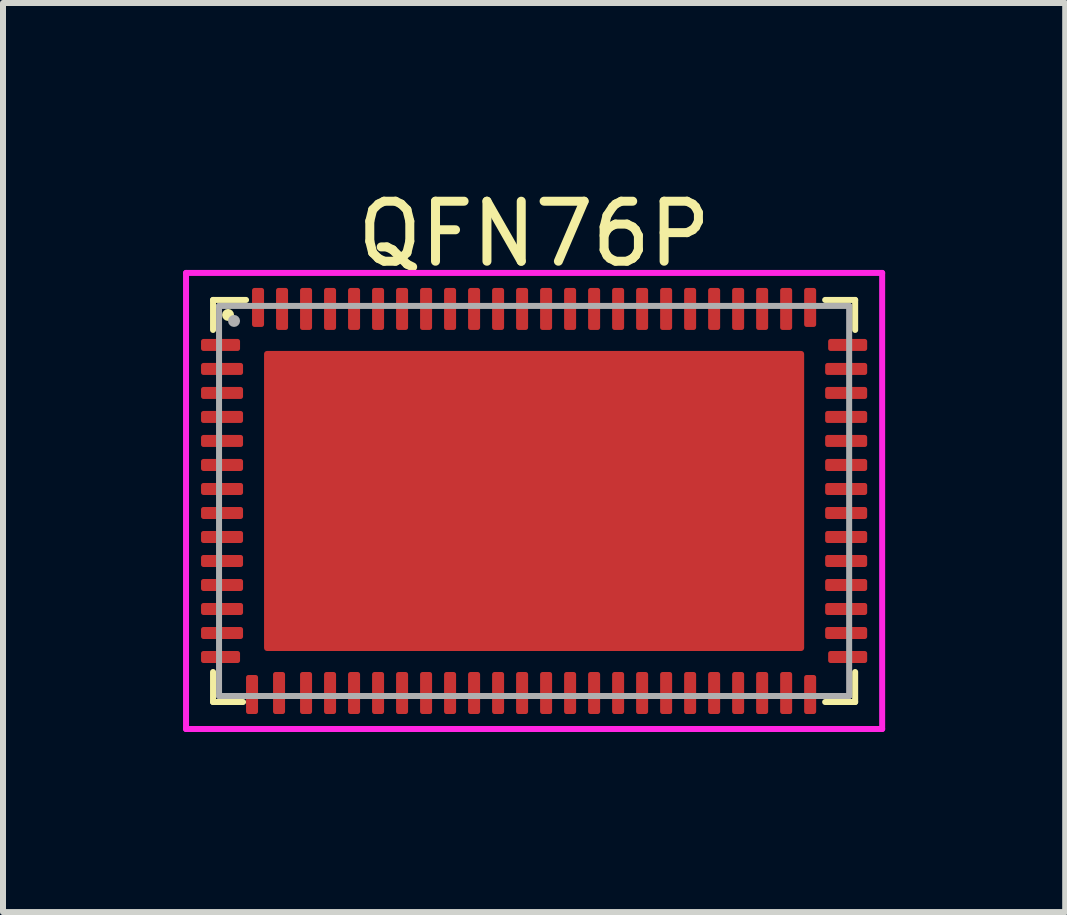
<source format=kicad_pcb>
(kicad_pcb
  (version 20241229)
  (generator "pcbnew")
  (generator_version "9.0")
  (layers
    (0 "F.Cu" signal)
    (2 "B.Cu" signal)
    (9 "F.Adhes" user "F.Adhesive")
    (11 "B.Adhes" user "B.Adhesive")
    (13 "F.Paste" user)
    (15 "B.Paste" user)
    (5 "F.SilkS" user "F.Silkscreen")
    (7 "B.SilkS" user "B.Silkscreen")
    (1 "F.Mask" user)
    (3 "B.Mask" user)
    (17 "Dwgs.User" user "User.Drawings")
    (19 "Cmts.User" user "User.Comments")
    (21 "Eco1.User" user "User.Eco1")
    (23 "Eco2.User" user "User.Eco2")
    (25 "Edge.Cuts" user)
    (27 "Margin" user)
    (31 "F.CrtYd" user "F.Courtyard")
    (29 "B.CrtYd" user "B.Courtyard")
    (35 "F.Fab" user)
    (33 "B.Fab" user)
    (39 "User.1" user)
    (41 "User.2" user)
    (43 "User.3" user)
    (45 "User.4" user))
  (footprint "QFN76P"
    (layer "F.Cu")
    (at 5.85 5.298)
    (property "Reference" "QFN76P" (at 0 -4.45 0) (layer "F.SilkS") (effects (font (size 1 1) (thickness 0.15))))
    (attr through_hole)
    (fp_line (start -5.35 -3.35) (end -5.35 -2.85) (stroke (width 0.1) (type solid)) (layer "F.SilkS"))
    (fp_line (start -5.35 -3.35) (end -4.8 -3.35) (stroke (width 0.1) (type solid)) (layer "F.SilkS"))
    (fp_line (start -5.35 3.35) (end -5.35 2.85) (stroke (width 0.1) (type solid)) (layer "F.SilkS"))
    (fp_line (start -5.35 3.35) (end -4.85 3.35) (stroke (width 0.1) (type solid)) (layer "F.SilkS"))
    (fp_line (start 5.35 -3.35) (end 4.85 -3.35) (stroke (width 0.1) (type solid)) (layer "F.SilkS"))
    (fp_line (start 5.35 -3.35) (end 5.35 -2.85) (stroke (width 0.1) (type solid)) (layer "F.SilkS"))
    (fp_line (start 5.35 3.35) (end 4.85 3.35) (stroke (width 0.1) (type solid)) (layer "F.SilkS"))
    (fp_line (start 5.35 3.35) (end 5.35 2.85) (stroke (width 0.1) (type solid)) (layer "F.SilkS"))
    (fp_circle (center -5.1 -3.1) (end -5.05 -3.1) (stroke (width 0.1) (type solid)) (fill no) (layer "F.SilkS"))
    (fp_line (start -5.8 -3.8) (end -5.8 3.8) (stroke (width 0.1) (type solid)) (layer "F.CrtYd"))
    (fp_line (start -5.8 3.8) (end 5.8 3.8) (stroke (width 0.1) (type solid)) (layer "F.CrtYd"))
    (fp_line (start 5.8 -3.8) (end -5.8 -3.8) (stroke (width 0.1) (type solid)) (layer "F.CrtYd"))
    (fp_line (start 5.8 3.8) (end 5.8 -3.8) (stroke (width 0.1) (type solid)) (layer "F.CrtYd"))
    (fp_line (start -5.25 -3.25) (end 5.25 -3.25) (stroke (width 0.1) (type solid)) (layer "F.Fab"))
    (fp_line (start -5.25 3.25) (end -5.25 -3.25) (stroke (width 0.1) (type solid)) (layer "F.Fab"))
    (fp_line (start 5.25 -3.25) (end 5.25 3.25) (stroke (width 0.1) (type solid)) (layer "F.Fab"))
    (fp_line (start 5.25 3.25) (end -5.25 3.25) (stroke (width 0.1) (type solid)) (layer "F.Fab"))
    (fp_circle (center -5 -3) (end -4.95 -3) (stroke (width 0.1) (type solid)) (fill no) (layer "F.Fab"))
    (pad "1" smd roundrect (at -5.225 -2.6) (size 0.65 0.2) (layers "F.Cu" "F.Mask" "F.Paste") (roundrect_rratio 0.2))
    (pad "2" smd roundrect (at -5.2 -2.2) (size 0.7 0.2) (layers "F.Cu" "F.Mask" "F.Paste") (roundrect_rratio 0.2))
    (pad "3" smd roundrect (at -5.2 -1.8) (size 0.7 0.2) (layers "F.Cu" "F.Mask" "F.Paste") (roundrect_rratio 0.2))
    (pad "4" smd roundrect (at -5.2 -1.4) (size 0.7 0.2) (layers "F.Cu" "F.Mask" "F.Paste") (roundrect_rratio 0.2))
    (pad "5" smd roundrect (at -5.2 -1) (size 0.7 0.2) (layers "F.Cu" "F.Mask" "F.Paste") (roundrect_rratio 0.2))
    (pad "6" smd roundrect (at -5.2 -0.6) (size 0.7 0.2) (layers "F.Cu" "F.Mask" "F.Paste") (roundrect_rratio 0.2))
    (pad "7" smd roundrect (at -5.2 -0.2) (size 0.7 0.2) (layers "F.Cu" "F.Mask" "F.Paste") (roundrect_rratio 0.2))
    (pad "8" smd roundrect (at -5.2 0.2) (size 0.7 0.2) (layers "F.Cu" "F.Mask" "F.Paste") (roundrect_rratio 0.2))
    (pad "9" smd roundrect (at -5.2 0.6) (size 0.7 0.2) (layers "F.Cu" "F.Mask" "F.Paste") (roundrect_rratio 0.2))
    (pad "10" smd roundrect (at -5.2 1) (size 0.7 0.2) (layers "F.Cu" "F.Mask" "F.Paste") (roundrect_rratio 0.2))
    (pad "11" smd roundrect (at -5.2 1.4) (size 0.7 0.2) (layers "F.Cu" "F.Mask" "F.Paste") (roundrect_rratio 0.2))
    (pad "12" smd roundrect (at -5.2 1.8) (size 0.7 0.2) (layers "F.Cu" "F.Mask" "F.Paste") (roundrect_rratio 0.2))
    (pad "13" smd roundrect (at -5.2 2.2) (size 0.7 0.2) (layers "F.Cu" "F.Mask" "F.Paste") (roundrect_rratio 0.2))
    (pad "14" smd roundrect (at -5.225 2.6) (size 0.65 0.2) (layers "F.Cu" "F.Mask" "F.Paste") (roundrect_rratio 0.2))
    (pad "15" smd roundrect (at -4.7 3.225 270) (size 0.65 0.2) (layers "F.Cu" "F.Mask" "F.Paste") (roundrect_rratio 0.2))
    (pad "16" smd roundrect (at -4.25 3.2 90) (size 0.7 0.2) (layers "F.Cu" "F.Mask" "F.Paste") (roundrect_rratio 0.2))
    (pad "17" smd roundrect (at -3.8 3.2 90) (size 0.7 0.2) (layers "F.Cu" "F.Mask" "F.Paste") (roundrect_rratio 0.2))
    (pad "18" smd roundrect (at -3.4 3.2 90) (size 0.7 0.2) (layers "F.Cu" "F.Mask" "F.Paste") (roundrect_rratio 0.2))
    (pad "19" smd roundrect (at -3 3.2 90) (size 0.7 0.2) (layers "F.Cu" "F.Mask" "F.Paste") (roundrect_rratio 0.2))
    (pad "20" smd roundrect (at -2.6 3.2 90) (size 0.7 0.2) (layers "F.Cu" "F.Mask" "F.Paste") (roundrect_rratio 0.2))
    (pad "21" smd roundrect (at -2.2 3.2 90) (size 0.7 0.2) (layers "F.Cu" "F.Mask" "F.Paste") (roundrect_rratio 0.2))
    (pad "22" smd roundrect (at -1.8 3.2 90) (size 0.7 0.2) (layers "F.Cu" "F.Mask" "F.Paste") (roundrect_rratio 0.2))
    (pad "23" smd roundrect (at -1.4 3.2 90) (size 0.7 0.2) (layers "F.Cu" "F.Mask" "F.Paste") (roundrect_rratio 0.2))
    (pad "24" smd roundrect (at -1 3.2 90) (size 0.7 0.2) (layers "F.Cu" "F.Mask" "F.Paste") (roundrect_rratio 0.2))
    (pad "25" smd roundrect (at -0.6 3.2 90) (size 0.7 0.2) (layers "F.Cu" "F.Mask" "F.Paste") (roundrect_rratio 0.2))
    (pad "26" smd roundrect (at -0.2 3.2 90) (size 0.7 0.2) (layers "F.Cu" "F.Mask" "F.Paste") (roundrect_rratio 0.2))
    (pad "27" smd roundrect (at 0.2 3.2 90) (size 0.7 0.2) (layers "F.Cu" "F.Mask" "F.Paste") (roundrect_rratio 0.2))
    (pad "28" smd roundrect (at 0.6 3.2 90) (size 0.7 0.2) (layers "F.Cu" "F.Mask" "F.Paste") (roundrect_rratio 0.2))
    (pad "29" smd roundrect (at 1 3.2 90) (size 0.7 0.2) (layers "F.Cu" "F.Mask" "F.Paste") (roundrect_rratio 0.2))
    (pad "30" smd roundrect (at 1.4 3.2 90) (size 0.7 0.2) (layers "F.Cu" "F.Mask" "F.Paste") (roundrect_rratio 0.2))
    (pad "31" smd roundrect (at 1.8 3.2 90) (size 0.7 0.2) (layers "F.Cu" "F.Mask" "F.Paste") (roundrect_rratio 0.2))
    (pad "32" smd roundrect (at 2.2 3.2 90) (size 0.7 0.2) (layers "F.Cu" "F.Mask" "F.Paste") (roundrect_rratio 0.2))
    (pad "33" smd roundrect (at 2.6 3.2 90) (size 0.7 0.2) (layers "F.Cu" "F.Mask" "F.Paste") (roundrect_rratio 0.2))
    (pad "34" smd roundrect (at 3 3.2 90) (size 0.7 0.2) (layers "F.Cu" "F.Mask" "F.Paste") (roundrect_rratio 0.2))
    (pad "35" smd roundrect (at 3.4 3.2 90) (size 0.7 0.2) (layers "F.Cu" "F.Mask" "F.Paste") (roundrect_rratio 0.2))
    (pad "36" smd roundrect (at 3.8 3.2 90) (size 0.7 0.2) (layers "F.Cu" "F.Mask" "F.Paste") (roundrect_rratio 0.2))
    (pad "37" smd roundrect (at 4.2 3.2 90) (size 0.7 0.2) (layers "F.Cu" "F.Mask" "F.Paste") (roundrect_rratio 0.2))
    (pad "38" smd roundrect (at 4.6 3.225 90) (size 0.65 0.2) (layers "F.Cu" "F.Mask" "F.Paste") (roundrect_rratio 0.2))
    (pad "39" smd roundrect (at 5.225 2.6) (size 0.65 0.2) (layers "F.Cu" "F.Mask" "F.Paste") (roundrect_rratio 0.2))
    (pad "40" smd roundrect (at 5.2 2.2) (size 0.7 0.2) (layers "F.Cu" "F.Mask" "F.Paste") (roundrect_rratio 0.2))
    (pad "41" smd roundrect (at 5.2 1.8) (size 0.7 0.2) (layers "F.Cu" "F.Mask" "F.Paste") (roundrect_rratio 0.2))
    (pad "42" smd roundrect (at 5.2 1.4) (size 0.7 0.2) (layers "F.Cu" "F.Mask" "F.Paste") (roundrect_rratio 0.2))
    (pad "43" smd roundrect (at 5.2 1) (size 0.7 0.2) (layers "F.Cu" "F.Mask" "F.Paste") (roundrect_rratio 0.2))
    (pad "44" smd roundrect (at 5.2 0.6) (size 0.7 0.2) (layers "F.Cu" "F.Mask" "F.Paste") (roundrect_rratio 0.2))
    (pad "45" smd roundrect (at 5.2 0.2) (size 0.7 0.2) (layers "F.Cu" "F.Mask" "F.Paste") (roundrect_rratio 0.2))
    (pad "46" smd roundrect (at 5.2 -0.2) (size 0.7 0.2) (layers "F.Cu" "F.Mask" "F.Paste") (roundrect_rratio 0.2))
    (pad "47" smd roundrect (at 5.2 -0.6) (size 0.7 0.2) (layers "F.Cu" "F.Mask" "F.Paste") (roundrect_rratio 0.2))
    (pad "48" smd roundrect (at 5.2 -1) (size 0.7 0.2) (layers "F.Cu" "F.Mask" "F.Paste") (roundrect_rratio 0.2))
    (pad "49" smd roundrect (at 5.2 -1.4) (size 0.7 0.2) (layers "F.Cu" "F.Mask" "F.Paste") (roundrect_rratio 0.2))
    (pad "50" smd roundrect (at 5.2 -1.8) (size 0.7 0.2) (layers "F.Cu" "F.Mask" "F.Paste") (roundrect_rratio 0.2))
    (pad "51" smd roundrect (at 5.2 -2.2) (size 0.7 0.2) (layers "F.Cu" "F.Mask" "F.Paste") (roundrect_rratio 0.2))
    (pad "52" smd roundrect (at 5.225 -2.6) (size 0.65 0.2) (layers "F.Cu" "F.Mask" "F.Paste") (roundrect_rratio 0.2))
    (pad "53" smd roundrect (at 4.6 -3.225 90) (size 0.65 0.2) (layers "F.Cu" "F.Mask" "F.Paste") (roundrect_rratio 0.2))
    (pad "54" smd roundrect (at 4.2 -3.2 90) (size 0.7 0.2) (layers "F.Cu" "F.Mask" "F.Paste") (roundrect_rratio 0.2))
    (pad "55" smd roundrect (at 3.8 -3.2 90) (size 0.7 0.2) (layers "F.Cu" "F.Mask" "F.Paste") (roundrect_rratio 0.2))
    (pad "56" smd roundrect (at 3.4 -3.2 90) (size 0.7 0.2) (layers "F.Cu" "F.Mask" "F.Paste") (roundrect_rratio 0.2))
    (pad "57" smd roundrect (at 3 -3.2 90) (size 0.7 0.2) (layers "F.Cu" "F.Mask" "F.Paste") (roundrect_rratio 0.2))
    (pad "58" smd roundrect (at 2.6 -3.2 90) (size 0.7 0.2) (layers "F.Cu" "F.Mask" "F.Paste") (roundrect_rratio 0.2))
    (pad "59" smd roundrect (at 2.2 -3.2 90) (size 0.7 0.2) (layers "F.Cu" "F.Mask" "F.Paste") (roundrect_rratio 0.2))
    (pad "60" smd roundrect (at 1.8 -3.2 90) (size 0.7 0.2) (layers "F.Cu" "F.Mask" "F.Paste") (roundrect_rratio 0.2))
    (pad "61" smd roundrect (at 1.4 -3.2 90) (size 0.7 0.2) (layers "F.Cu" "F.Mask" "F.Paste") (roundrect_rratio 0.2))
    (pad "62" smd roundrect (at 1 -3.2 90) (size 0.7 0.2) (layers "F.Cu" "F.Mask" "F.Paste") (roundrect_rratio 0.2))
    (pad "63" smd roundrect (at 0.6 -3.2 90) (size 0.7 0.2) (layers "F.Cu" "F.Mask" "F.Paste") (roundrect_rratio 0.2))
    (pad "64" smd roundrect (at 0.2 -3.2 90) (size 0.7 0.2) (layers "F.Cu" "F.Mask" "F.Paste") (roundrect_rratio 0.2))
    (pad "65" smd roundrect (at -0.2 -3.2 90) (size 0.7 0.2) (layers "F.Cu" "F.Mask" "F.Paste") (roundrect_rratio 0.2))
    (pad "66" smd roundrect (at -0.6 -3.2 90) (size 0.7 0.2) (layers "F.Cu" "F.Mask" "F.Paste") (roundrect_rratio 0.2))
    (pad "67" smd roundrect (at -1 -3.2 90) (size 0.7 0.2) (layers "F.Cu" "F.Mask" "F.Paste") (roundrect_rratio 0.2))
    (pad "68" smd roundrect (at -1.4 -3.2 90) (size 0.7 0.2) (layers "F.Cu" "F.Mask" "F.Paste") (roundrect_rratio 0.2))
    (pad "69" smd roundrect (at -1.8 -3.2 90) (size 0.7 0.2) (layers "F.Cu" "F.Mask" "F.Paste") (roundrect_rratio 0.2))
    (pad "70" smd roundrect (at -2.2 -3.2 90) (size 0.7 0.2) (layers "F.Cu" "F.Mask" "F.Paste") (roundrect_rratio 0.2))
    (pad "71" smd roundrect (at -2.6 -3.2 90) (size 0.7 0.2) (layers "F.Cu" "F.Mask" "F.Paste") (roundrect_rratio 0.2))
    (pad "72" smd roundrect (at -3 -3.2 90) (size 0.7 0.2) (layers "F.Cu" "F.Mask" "F.Paste") (roundrect_rratio 0.2))
    (pad "73" smd roundrect (at -3.4 -3.2 90) (size 0.7 0.2) (layers "F.Cu" "F.Mask" "F.Paste") (roundrect_rratio 0.2))
    (pad "74" smd roundrect (at -3.8 -3.2 90) (size 0.7 0.2) (layers "F.Cu" "F.Mask" "F.Paste") (roundrect_rratio 0.2))
    (pad "75" smd roundrect (at -4.2 -3.2 90) (size 0.7 0.2) (layers "F.Cu" "F.Mask" "F.Paste") (roundrect_rratio 0.2))
    (pad "76" smd roundrect (at -4.6 -3.225 90) (size 0.65 0.2) (layers "F.Cu" "F.Mask" "F.Paste") (roundrect_rratio 0.2))
    (pad "77" smd roundrect (at 0 0) (size 9 5) (layers "F.Cu" "F.Mask" "F.Paste") (roundrect_rratio 0.01)))
  (gr_rect
    (start -3 -3)
    (end 14.7 12.148)
    (stroke (width 0.1) (type default))
    (fill no)
    (layer "Edge.Cuts")))
</source>
